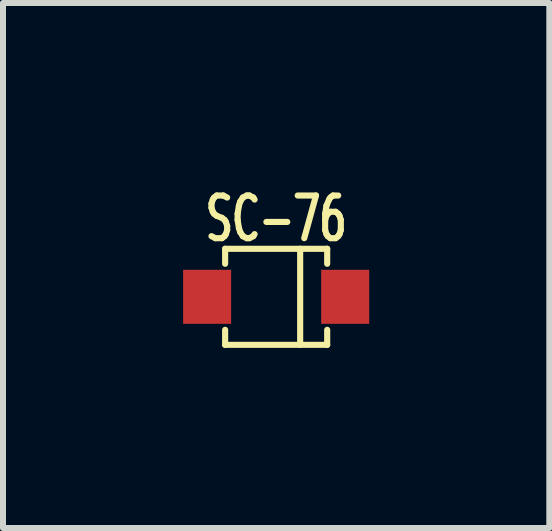
<source format=kicad_pcb>
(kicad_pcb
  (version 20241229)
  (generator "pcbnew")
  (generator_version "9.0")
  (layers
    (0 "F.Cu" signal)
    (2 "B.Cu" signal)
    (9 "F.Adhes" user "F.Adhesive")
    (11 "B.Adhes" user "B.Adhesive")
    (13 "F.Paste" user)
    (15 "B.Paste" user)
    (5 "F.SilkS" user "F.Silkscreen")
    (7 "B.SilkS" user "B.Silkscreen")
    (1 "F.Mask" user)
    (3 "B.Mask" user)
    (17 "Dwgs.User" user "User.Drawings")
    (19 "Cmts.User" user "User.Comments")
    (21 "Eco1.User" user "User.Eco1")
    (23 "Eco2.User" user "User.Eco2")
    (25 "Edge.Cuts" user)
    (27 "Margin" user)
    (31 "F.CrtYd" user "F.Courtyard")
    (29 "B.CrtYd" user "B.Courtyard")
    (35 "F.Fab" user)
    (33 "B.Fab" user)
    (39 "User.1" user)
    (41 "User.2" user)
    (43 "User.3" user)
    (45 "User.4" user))
  (footprint "SC-76"
    (layer "F.Cu")
    (at 1.55 1.894)
    (property "Reference" "SC-76" (at 0 -1.3 0) (layer "F.SilkS") (effects (font (size 0.711 0.457) (thickness 0.102))))
    (attr through_hole)
    (fp_line (start -0.85 -0.8) (end -0.85 -0.55) (stroke (width 0.102) (type solid)) (layer "F.SilkS"))
    (fp_line (start -0.85 -0.8) (end 0.85 -0.8) (stroke (width 0.102) (type solid)) (layer "F.SilkS"))
    (fp_line (start -0.85 0.8) (end -0.85 0.55) (stroke (width 0.102) (type solid)) (layer "F.SilkS"))
    (fp_line (start 0.4 -0.8) (end 0.4 0.8) (stroke (width 0.102) (type solid)) (layer "F.SilkS"))
    (fp_line (start 0.85 -0.8) (end 0.85 -0.55) (stroke (width 0.102) (type solid)) (layer "F.SilkS"))
    (fp_line (start 0.85 0.8) (end -0.85 0.8) (stroke (width 0.102) (type solid)) (layer "F.SilkS"))
    (fp_line (start 0.85 0.8) (end 0.85 0.55) (stroke (width 0.102) (type solid)) (layer "F.SilkS"))
    (pad "1" smd rect (at -1.15 0) (size 0.8 0.9) (layers "F.Cu" "F.Mask" "F.Paste"))
    (pad "2" smd rect (at 1.15 0) (size 0.8 0.9) (layers "F.Cu" "F.Mask" "F.Paste")))
  (gr_rect
    (start -3 -3)
    (end 6.1 5.745)
    (stroke (width 0.1) (type default))
    (fill no)
    (layer "Edge.Cuts")))
</source>
